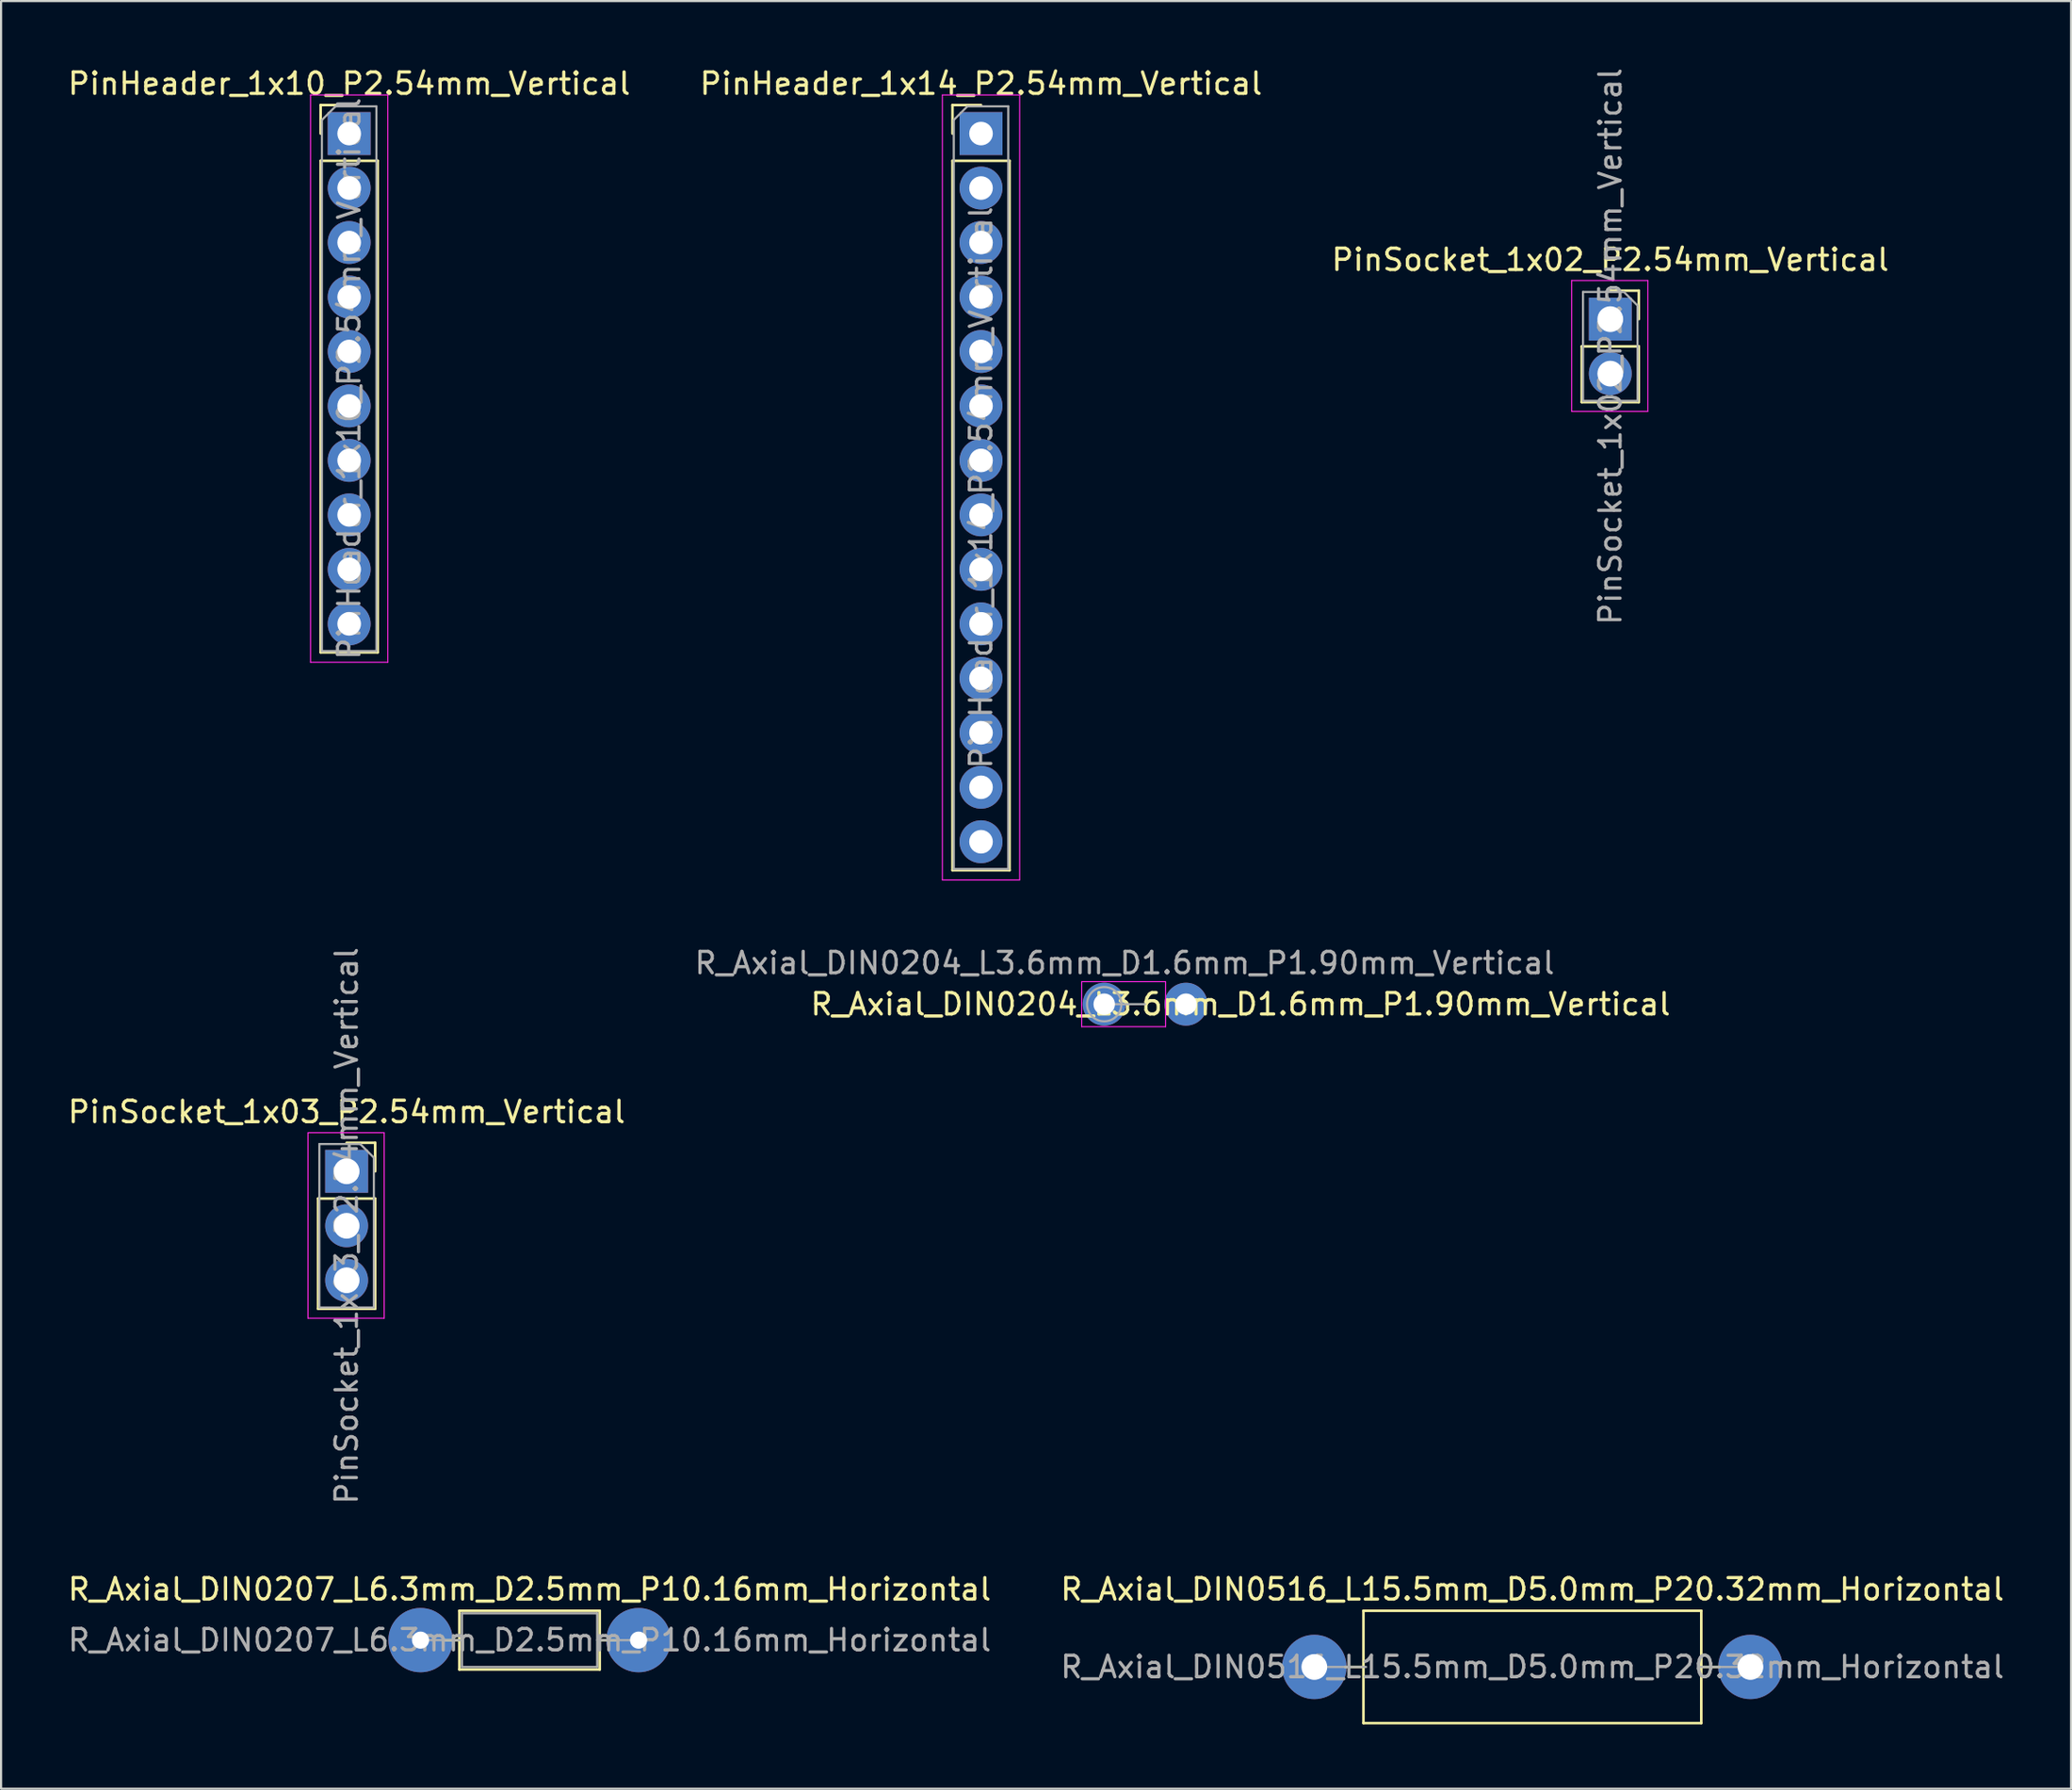
<source format=kicad_pcb>
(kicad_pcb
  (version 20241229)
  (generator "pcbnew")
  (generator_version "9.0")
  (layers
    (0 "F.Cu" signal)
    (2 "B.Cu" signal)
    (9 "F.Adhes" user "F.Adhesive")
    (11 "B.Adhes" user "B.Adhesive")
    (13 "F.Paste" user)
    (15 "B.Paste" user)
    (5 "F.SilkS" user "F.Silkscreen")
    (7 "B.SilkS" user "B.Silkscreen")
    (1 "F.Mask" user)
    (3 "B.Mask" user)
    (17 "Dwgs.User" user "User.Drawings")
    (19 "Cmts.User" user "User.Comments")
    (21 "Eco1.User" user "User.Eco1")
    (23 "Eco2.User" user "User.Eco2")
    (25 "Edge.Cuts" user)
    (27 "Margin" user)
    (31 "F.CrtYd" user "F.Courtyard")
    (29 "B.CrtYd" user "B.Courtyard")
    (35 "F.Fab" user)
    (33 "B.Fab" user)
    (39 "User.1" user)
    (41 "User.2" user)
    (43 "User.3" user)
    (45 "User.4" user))
  (footprint "PinSocket_1x02_P2.54mm_Vertical"
    (layer "F.Cu")
    (at 71.982 11.831)
    (property "Reference" "PinSocket_1x02_P2.54mm_Vertical" (at 0 -2.77 0) (layer "F.SilkS") (effects (font (size 1 1) (thickness 0.15))))
    (attr through_hole)
    (fp_line (start -1.33 1.27) (end -1.33 3.87) (stroke (width 0.12) (type solid)) (layer "F.SilkS"))
    (fp_line (start -1.33 1.27) (end 1.33 1.27) (stroke (width 0.12) (type solid)) (layer "F.SilkS"))
    (fp_line (start -1.33 3.87) (end 1.33 3.87) (stroke (width 0.12) (type solid)) (layer "F.SilkS"))
    (fp_line (start 0 -1.33) (end 1.33 -1.33) (stroke (width 0.12) (type solid)) (layer "F.SilkS"))
    (fp_line (start 1.33 -1.33) (end 1.33 0) (stroke (width 0.12) (type solid)) (layer "F.SilkS"))
    (fp_line (start 1.33 1.27) (end 1.33 3.87) (stroke (width 0.12) (type solid)) (layer "F.SilkS"))
    (fp_line (start -1.8 -1.8) (end 1.75 -1.8) (stroke (width 0.05) (type solid)) (layer "F.CrtYd"))
    (fp_line (start -1.8 4.3) (end -1.8 -1.8) (stroke (width 0.05) (type solid)) (layer "F.CrtYd"))
    (fp_line (start 1.75 -1.8) (end 1.75 4.3) (stroke (width 0.05) (type solid)) (layer "F.CrtYd"))
    (fp_line (start 1.75 4.3) (end -1.8 4.3) (stroke (width 0.05) (type solid)) (layer "F.CrtYd"))
    (fp_line (start -1.27 -1.27) (end 0.635 -1.27) (stroke (width 0.1) (type solid)) (layer "F.Fab"))
    (fp_line (start -1.27 3.81) (end -1.27 -1.27) (stroke (width 0.1) (type solid)) (layer "F.Fab"))
    (fp_line (start 0.635 -1.27) (end 1.27 -0.635) (stroke (width 0.1) (type solid)) (layer "F.Fab"))
    (fp_line (start 1.27 -0.635) (end 1.27 3.81) (stroke (width 0.1) (type solid)) (layer "F.Fab"))
    (fp_line (start 1.27 3.81) (end -1.27 3.81) (stroke (width 0.1) (type solid)) (layer "F.Fab"))
    (fp_text user "${REFERENCE}" (at 0 1.27 90) (layer "F.Fab") (effects (font (size 1 1) (thickness 0.15))))
    (pad "1" thru_hole rect (at 0 0) (size 2 2) (drill 1.2) (layers "*.Cu" "*.Mask"))
    (pad "2" thru_hole oval (at 0 2.54) (size 2 2) (drill 1.2) (layers "*.Cu" "*.Mask")))
  (footprint "PinSocket_1x03_P2.54mm_Vertical"
    (layer "F.Cu")
    (at 13.101 51.564)
    (property "Reference" "PinSocket_1x03_P2.54mm_Vertical" (at 0 -2.77 0) (layer "F.SilkS") (effects (font (size 1 1) (thickness 0.15))))
    (attr through_hole)
    (fp_line (start -1.33 1.27) (end -1.33 6.41) (stroke (width 0.12) (type solid)) (layer "F.SilkS"))
    (fp_line (start -1.33 1.27) (end 1.33 1.27) (stroke (width 0.12) (type solid)) (layer "F.SilkS"))
    (fp_line (start -1.33 6.41) (end 1.33 6.41) (stroke (width 0.12) (type solid)) (layer "F.SilkS"))
    (fp_line (start 0 -1.33) (end 1.33 -1.33) (stroke (width 0.12) (type solid)) (layer "F.SilkS"))
    (fp_line (start 1.33 -1.33) (end 1.33 0) (stroke (width 0.12) (type solid)) (layer "F.SilkS"))
    (fp_line (start 1.33 1.27) (end 1.33 6.41) (stroke (width 0.12) (type solid)) (layer "F.SilkS"))
    (fp_line (start -1.8 -1.8) (end 1.75 -1.8) (stroke (width 0.05) (type solid)) (layer "F.CrtYd"))
    (fp_line (start -1.8 6.85) (end -1.8 -1.8) (stroke (width 0.05) (type solid)) (layer "F.CrtYd"))
    (fp_line (start 1.75 -1.8) (end 1.75 6.85) (stroke (width 0.05) (type solid)) (layer "F.CrtYd"))
    (fp_line (start 1.75 6.85) (end -1.8 6.85) (stroke (width 0.05) (type solid)) (layer "F.CrtYd"))
    (fp_line (start -1.27 -1.27) (end 0.635 -1.27) (stroke (width 0.1) (type solid)) (layer "F.Fab"))
    (fp_line (start -1.27 6.35) (end -1.27 -1.27) (stroke (width 0.1) (type solid)) (layer "F.Fab"))
    (fp_line (start 0.635 -1.27) (end 1.27 -0.635) (stroke (width 0.1) (type solid)) (layer "F.Fab"))
    (fp_line (start 1.27 -0.635) (end 1.27 6.35) (stroke (width 0.1) (type solid)) (layer "F.Fab"))
    (fp_line (start 1.27 6.35) (end -1.27 6.35) (stroke (width 0.1) (type solid)) (layer "F.Fab"))
    (fp_text user "${REFERENCE}" (at 0 2.54 90) (layer "F.Fab") (effects (font (size 1 1) (thickness 0.15))))
    (pad "1" thru_hole rect (at 0 0) (size 2 2) (drill 1.2) (layers "*.Cu" "*.Mask"))
    (pad "2" thru_hole oval (at 0 2.54) (size 2 2) (drill 1.2) (layers "*.Cu" "*.Mask"))
    (pad "3" thru_hole oval (at 0 5.08) (size 2 2) (drill 1.2) (layers "*.Cu" "*.Mask")))
  (footprint "PinHeader_1x14_P2.54mm_Vertical"
    (layer "F.Cu")
    (at 42.661 3.178)
    (property "Reference" "PinHeader_1x14_P2.54mm_Vertical" (at 0 -2.33 0) (layer "F.SilkS") (effects (font (size 1 1) (thickness 0.15))))
    (attr through_hole)
    (fp_line (start -1.33 -1.33) (end 0 -1.33) (stroke (width 0.12) (type solid)) (layer "F.SilkS"))
    (fp_line (start -1.33 0) (end -1.33 -1.33) (stroke (width 0.12) (type solid)) (layer "F.SilkS"))
    (fp_line (start -1.33 1.27) (end -1.33 34.35) (stroke (width 0.12) (type solid)) (layer "F.SilkS"))
    (fp_line (start -1.33 1.27) (end 1.33 1.27) (stroke (width 0.12) (type solid)) (layer "F.SilkS"))
    (fp_line (start -1.33 34.35) (end 1.33 34.35) (stroke (width 0.12) (type solid)) (layer "F.SilkS"))
    (fp_line (start 1.33 1.27) (end 1.33 34.35) (stroke (width 0.12) (type solid)) (layer "F.SilkS"))
    (fp_line (start -1.8 -1.8) (end -1.8 34.8) (stroke (width 0.05) (type solid)) (layer "F.CrtYd"))
    (fp_line (start -1.8 34.8) (end 1.8 34.8) (stroke (width 0.05) (type solid)) (layer "F.CrtYd"))
    (fp_line (start 1.8 -1.8) (end -1.8 -1.8) (stroke (width 0.05) (type solid)) (layer "F.CrtYd"))
    (fp_line (start 1.8 34.8) (end 1.8 -1.8) (stroke (width 0.05) (type solid)) (layer "F.CrtYd"))
    (fp_line (start -1.27 -0.635) (end -0.635 -1.27) (stroke (width 0.1) (type solid)) (layer "F.Fab"))
    (fp_line (start -1.27 34.29) (end -1.27 -0.635) (stroke (width 0.1) (type solid)) (layer "F.Fab"))
    (fp_line (start -0.635 -1.27) (end 1.27 -1.27) (stroke (width 0.1) (type solid)) (layer "F.Fab"))
    (fp_line (start 1.27 -1.27) (end 1.27 34.29) (stroke (width 0.1) (type solid)) (layer "F.Fab"))
    (fp_line (start 1.27 34.29) (end -1.27 34.29) (stroke (width 0.1) (type solid)) (layer "F.Fab"))
    (fp_text user "${REFERENCE}" (at 0 16.51 90) (layer "F.Fab") (effects (font (size 1 1) (thickness 0.15))))
    (pad "1" thru_hole rect (at 0 0) (size 2 2) (drill 1.1) (layers "*.Cu" "*.Mask"))
    (pad "2" thru_hole oval (at 0 2.54) (size 2 2) (drill 1.1) (layers "*.Cu" "*.Mask"))
    (pad "3" thru_hole oval (at 0 5.08) (size 2 2) (drill 1.1) (layers "*.Cu" "*.Mask"))
    (pad "4" thru_hole oval (at 0 7.62) (size 2 2) (drill 1.1) (layers "*.Cu" "*.Mask"))
    (pad "5" thru_hole oval (at 0 10.16) (size 2 2) (drill 1.1) (layers "*.Cu" "*.Mask"))
    (pad "6" thru_hole oval (at 0 12.7) (size 2 2) (drill 1.1) (layers "*.Cu" "*.Mask"))
    (pad "7" thru_hole oval (at 0 15.24) (size 2 2) (drill 1.1) (layers "*.Cu" "*.Mask"))
    (pad "8" thru_hole oval (at 0 17.78) (size 2 2) (drill 1.1) (layers "*.Cu" "*.Mask"))
    (pad "9" thru_hole oval (at 0 20.32) (size 2 2) (drill 1.1) (layers "*.Cu" "*.Mask"))
    (pad "10" thru_hole oval (at 0 22.86) (size 2 2) (drill 1.1) (layers "*.Cu" "*.Mask"))
    (pad "11" thru_hole oval (at 0 25.4) (size 2 2) (drill 1.1) (layers "*.Cu" "*.Mask"))
    (pad "12" thru_hole oval (at 0 27.94) (size 2 2) (drill 1.1) (layers "*.Cu" "*.Mask"))
    (pad "13" thru_hole oval (at 0 30.48) (size 2 2) (drill 1.1) (layers "*.Cu" "*.Mask"))
    (pad "14" thru_hole oval (at 0 33.02) (size 2 2) (drill 1.1) (layers "*.Cu" "*.Mask")))
  (footprint "PinHeader_1x10_P2.54mm_Vertical"
    (layer "F.Cu")
    (at 13.22 3.178)
    (property "Reference" "PinHeader_1x10_P2.54mm_Vertical" (at 0 -2.33 0) (layer "F.SilkS") (effects (font (size 1 1) (thickness 0.15))))
    (attr through_hole)
    (fp_line (start -1.33 -1.33) (end 0 -1.33) (stroke (width 0.12) (type solid)) (layer "F.SilkS"))
    (fp_line (start -1.33 0) (end -1.33 -1.33) (stroke (width 0.12) (type solid)) (layer "F.SilkS"))
    (fp_line (start -1.33 1.27) (end -1.33 24.19) (stroke (width 0.12) (type solid)) (layer "F.SilkS"))
    (fp_line (start -1.33 1.27) (end 1.33 1.27) (stroke (width 0.12) (type solid)) (layer "F.SilkS"))
    (fp_line (start -1.33 24.19) (end 1.33 24.19) (stroke (width 0.12) (type solid)) (layer "F.SilkS"))
    (fp_line (start 1.33 1.27) (end 1.33 24.19) (stroke (width 0.12) (type solid)) (layer "F.SilkS"))
    (fp_line (start -1.8 -1.8) (end -1.8 24.65) (stroke (width 0.05) (type solid)) (layer "F.CrtYd"))
    (fp_line (start -1.8 24.65) (end 1.8 24.65) (stroke (width 0.05) (type solid)) (layer "F.CrtYd"))
    (fp_line (start 1.8 -1.8) (end -1.8 -1.8) (stroke (width 0.05) (type solid)) (layer "F.CrtYd"))
    (fp_line (start 1.8 24.65) (end 1.8 -1.8) (stroke (width 0.05) (type solid)) (layer "F.CrtYd"))
    (fp_line (start -1.27 -0.635) (end -0.635 -1.27) (stroke (width 0.1) (type solid)) (layer "F.Fab"))
    (fp_line (start -1.27 24.13) (end -1.27 -0.635) (stroke (width 0.1) (type solid)) (layer "F.Fab"))
    (fp_line (start -0.635 -1.27) (end 1.27 -1.27) (stroke (width 0.1) (type solid)) (layer "F.Fab"))
    (fp_line (start 1.27 -1.27) (end 1.27 24.13) (stroke (width 0.1) (type solid)) (layer "F.Fab"))
    (fp_line (start 1.27 24.13) (end -1.27 24.13) (stroke (width 0.1) (type solid)) (layer "F.Fab"))
    (fp_text user "${REFERENCE}" (at 0 11.43 90) (layer "F.Fab") (effects (font (size 1 1) (thickness 0.15))))
    (pad "1" thru_hole rect (at 0 0) (size 2 2) (drill 1.1) (layers "*.Cu" "*.Mask"))
    (pad "2" thru_hole oval (at 0 2.54) (size 2 2) (drill 1.1) (layers "*.Cu" "*.Mask"))
    (pad "3" thru_hole oval (at 0 5.08) (size 2 2) (drill 1.1) (layers "*.Cu" "*.Mask"))
    (pad "4" thru_hole oval (at 0 7.62) (size 2 2) (drill 1.1) (layers "*.Cu" "*.Mask"))
    (pad "5" thru_hole oval (at 0 10.16) (size 2 2) (drill 1.1) (layers "*.Cu" "*.Mask"))
    (pad "6" thru_hole oval (at 0 12.7) (size 2 2) (drill 1.1) (layers "*.Cu" "*.Mask"))
    (pad "7" thru_hole oval (at 0 15.24) (size 2 2) (drill 1.1) (layers "*.Cu" "*.Mask"))
    (pad "8" thru_hole oval (at 0 17.78) (size 2 2) (drill 1.1) (layers "*.Cu" "*.Mask"))
    (pad "9" thru_hole oval (at 0 20.32) (size 2 2) (drill 1.1) (layers "*.Cu" "*.Mask"))
    (pad "10" thru_hole oval (at 0 22.86) (size 2 2) (drill 1.1) (layers "*.Cu" "*.Mask")))
  (footprint "R_Axial_DIN0207_L6.3mm_D2.5mm_P10.16mm_Horizontal"
    (layer "F.Cu")
    (at 16.545 73.424)
    (property "Reference" "R_Axial_DIN0207_L6.3mm_D2.5mm_P10.16mm_Horizontal" (at 5.08 -2.37 0) (layer "F.SilkS") (effects (font (size 1 1) (thickness 0.15))))
    (attr through_hole)
    (fp_line (start 1.04 0) (end 1.81 0) (stroke (width 0.12) (type solid)) (layer "F.SilkS"))
    (fp_line (start 1.81 -1.37) (end 1.81 1.37) (stroke (width 0.12) (type solid)) (layer "F.SilkS"))
    (fp_line (start 1.81 1.37) (end 8.35 1.37) (stroke (width 0.12) (type solid)) (layer "F.SilkS"))
    (fp_line (start 8.35 -1.37) (end 1.81 -1.37) (stroke (width 0.12) (type solid)) (layer "F.SilkS"))
    (fp_line (start 8.35 1.37) (end 8.35 -1.37) (stroke (width 0.12) (type solid)) (layer "F.SilkS"))
    (fp_line (start 9.12 0) (end 8.35 0) (stroke (width 0.12) (type solid)) (layer "F.SilkS"))
    (fp_line (start 0 0) (end 1.93 0) (stroke (width 0.1) (type solid)) (layer "F.Fab"))
    (fp_line (start 1.93 -1.25) (end 1.93 1.25) (stroke (width 0.1) (type solid)) (layer "F.Fab"))
    (fp_line (start 1.93 1.25) (end 8.23 1.25) (stroke (width 0.1) (type solid)) (layer "F.Fab"))
    (fp_line (start 8.23 -1.25) (end 1.93 -1.25) (stroke (width 0.1) (type solid)) (layer "F.Fab"))
    (fp_line (start 8.23 1.25) (end 8.23 -1.25) (stroke (width 0.1) (type solid)) (layer "F.Fab"))
    (fp_line (start 10.16 0) (end 8.23 0) (stroke (width 0.1) (type solid)) (layer "F.Fab"))
    (fp_text user "${REFERENCE}" (at 5.08 0 0) (layer "F.Fab") (effects (font (size 1 1) (thickness 0.15))))
    (pad "1" thru_hole circle (at 0 0) (size 3 3) (drill 0.8) (layers "*.Cu" "*.Mask"))
    (pad "2" thru_hole oval (at 10.16 0 180) (size 3 3) (drill 0.8) (layers "*.Cu" "*.Mask")))
  (footprint "R_Axial_DIN0204_L3.6mm_D1.6mm_P1.90mm_Vertical"
    (layer "F.Cu")
    (at 48.401 43.772)
    (property "Reference" "R_Axial_DIN0204_L3.6mm_D1.6mm_P1.90mm_Vertical" (at 6.35 0 0) (layer "F.SilkS") (effects (font (size 1 1) (thickness 0.15))))
    (attr through_hole)
    (fp_line (start -1.05 -1.05) (end -1.05 1.05) (stroke (width 0.05) (type solid)) (layer "F.CrtYd"))
    (fp_line (start -1.05 1.05) (end 2.86 1.05) (stroke (width 0.05) (type solid)) (layer "F.CrtYd"))
    (fp_line (start 2.86 -1.05) (end -1.05 -1.05) (stroke (width 0.05) (type solid)) (layer "F.CrtYd"))
    (fp_line (start 2.86 1.05) (end 2.86 -1.05) (stroke (width 0.05) (type solid)) (layer "F.CrtYd"))
    (fp_line (start 0 0) (end 1.9 0) (stroke (width 0.1) (type solid)) (layer "F.Fab"))
    (fp_circle (center 0 0) (end 0.8 0) (stroke (width 0.1) (type solid)) (fill no) (layer "F.Fab"))
    (fp_text user "${REFERENCE}" (at 0.95 -1.92 0) (layer "F.Fab") (effects (font (size 1 1) (thickness 0.15))))
    (pad "1" thru_hole circle (at 0 0) (size 2 2) (drill 1) (layers "*.Cu" "*.Mask"))
    (pad "2" thru_hole circle (at 3.81 0) (size 2 2) (drill 1) (layers "*.Cu" "*.Mask")))
  (footprint "R_Axial_DIN0516_L15.5mm_D5.0mm_P20.32mm_Horizontal"
    (layer "F.Cu")
    (at 58.191 74.674)
    (property "Reference" "R_Axial_DIN0516_L15.5mm_D5.0mm_P20.32mm_Horizontal" (at 10.16 -3.62 0) (layer "F.SilkS") (effects (font (size 1 1) (thickness 0.15))))
    (attr through_hole)
    (fp_line (start 1.44 0) (end 2.29 0) (stroke (width 0.12) (type solid)) (layer "F.SilkS"))
    (fp_line (start 2.29 -2.62) (end 2.29 2.62) (stroke (width 0.12) (type solid)) (layer "F.SilkS"))
    (fp_line (start 2.29 2.62) (end 18.03 2.62) (stroke (width 0.12) (type solid)) (layer "F.SilkS"))
    (fp_line (start 18.03 -2.62) (end 2.29 -2.62) (stroke (width 0.12) (type solid)) (layer "F.SilkS"))
    (fp_line (start 18.03 2.62) (end 18.03 -2.62) (stroke (width 0.12) (type solid)) (layer "F.SilkS"))
    (fp_line (start 18.88 0) (end 18.03 0) (stroke (width 0.12) (type solid)) (layer "F.SilkS"))
    (fp_line (start 0 0) (end 2.41 0) (stroke (width 0.1) (type solid)) (layer "F.Fab"))
    (fp_line (start 20.32 0) (end 17.91 0) (stroke (width 0.1) (type solid)) (layer "F.Fab"))
    (fp_text user "${REFERENCE}" (at 10.16 0 0) (layer "F.Fab") (effects (font (size 1 1) (thickness 0.15))))
    (pad "1" thru_hole circle (at 0 0) (size 3 3) (drill 1.2) (layers "*.Cu" "*.Mask"))
    (pad "2" thru_hole oval (at 20.32 0) (size 3 3) (drill 1.2) (layers "*.Cu" "*.Mask")))
  (gr_rect
    (start -3 -3)
    (end 93.452 80.354)
    (stroke (width 0.1) (type default))
    (fill no)
    (layer "Edge.Cuts")))
</source>
